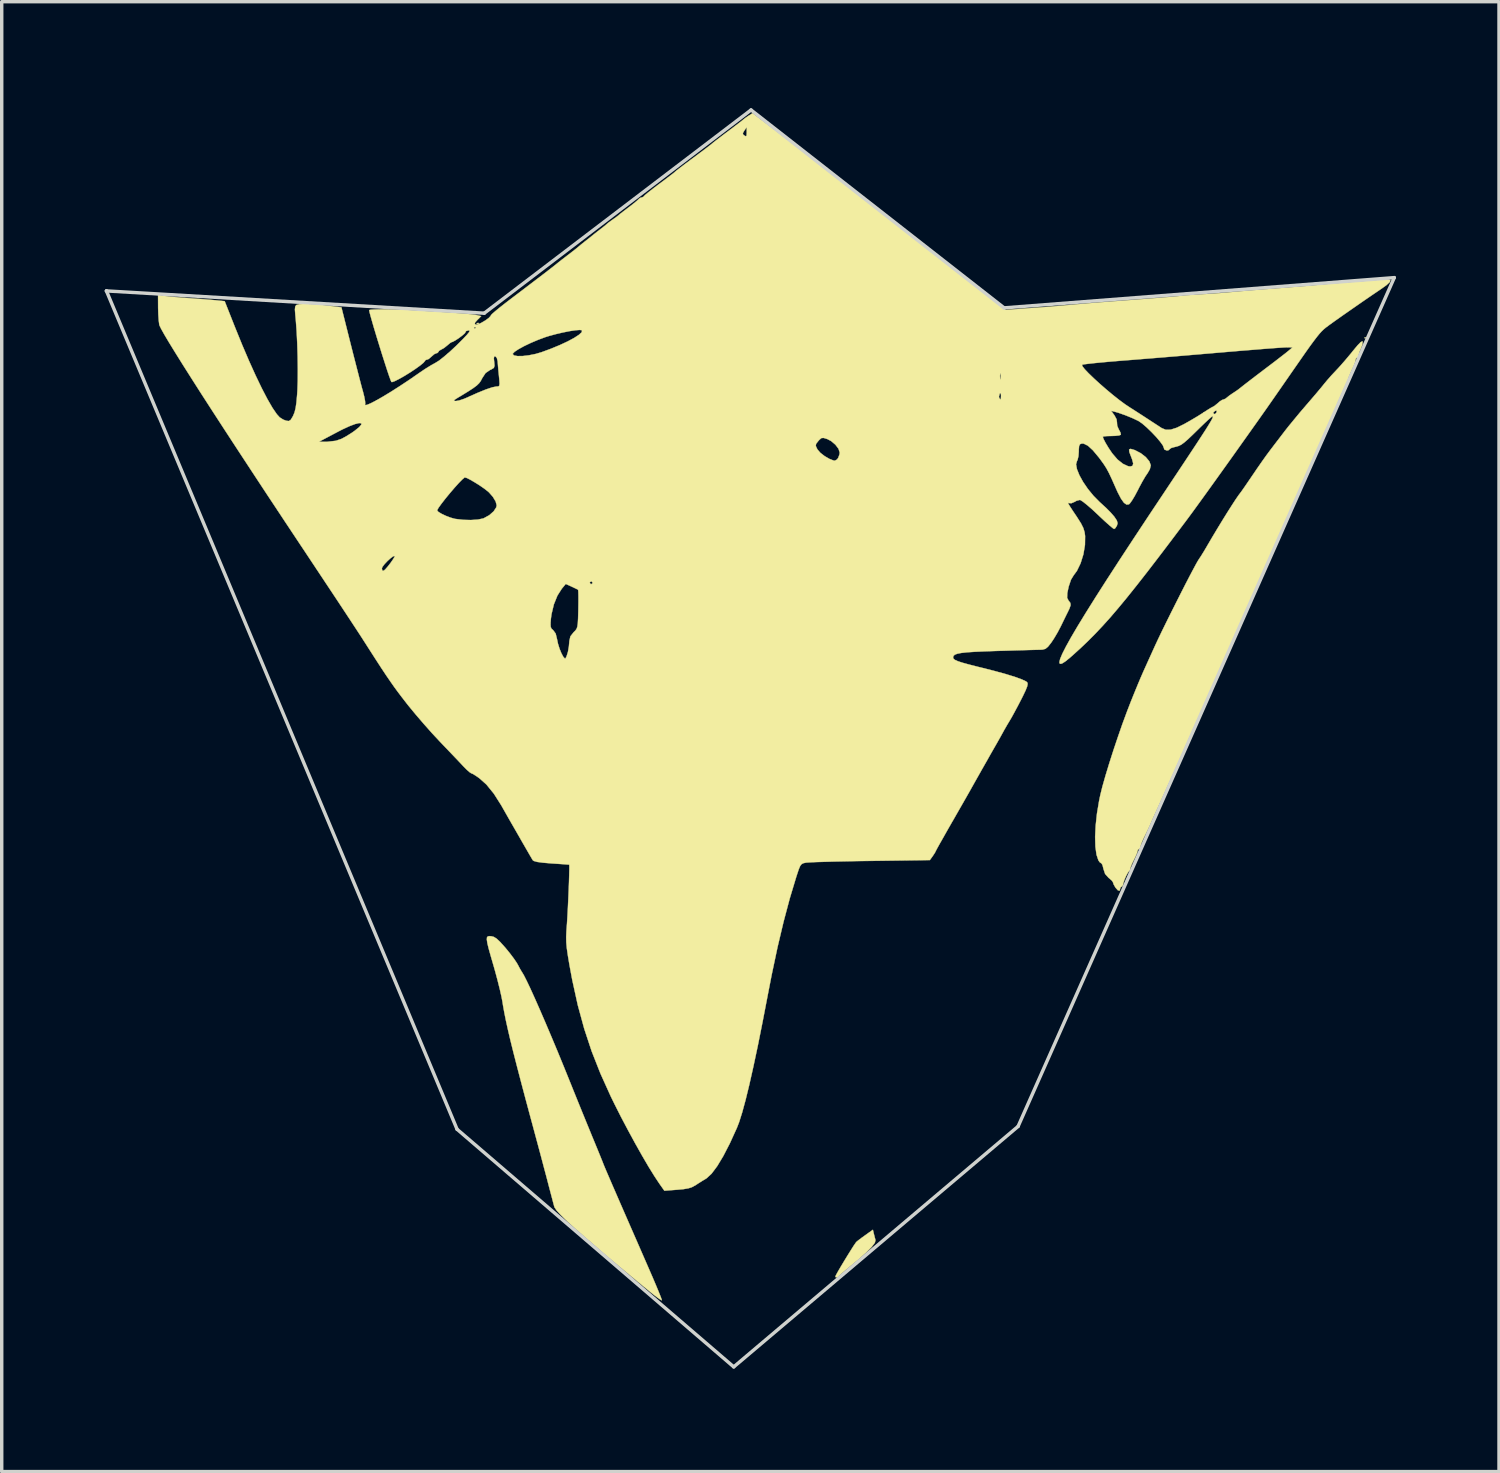
<source format=kicad_pcb>
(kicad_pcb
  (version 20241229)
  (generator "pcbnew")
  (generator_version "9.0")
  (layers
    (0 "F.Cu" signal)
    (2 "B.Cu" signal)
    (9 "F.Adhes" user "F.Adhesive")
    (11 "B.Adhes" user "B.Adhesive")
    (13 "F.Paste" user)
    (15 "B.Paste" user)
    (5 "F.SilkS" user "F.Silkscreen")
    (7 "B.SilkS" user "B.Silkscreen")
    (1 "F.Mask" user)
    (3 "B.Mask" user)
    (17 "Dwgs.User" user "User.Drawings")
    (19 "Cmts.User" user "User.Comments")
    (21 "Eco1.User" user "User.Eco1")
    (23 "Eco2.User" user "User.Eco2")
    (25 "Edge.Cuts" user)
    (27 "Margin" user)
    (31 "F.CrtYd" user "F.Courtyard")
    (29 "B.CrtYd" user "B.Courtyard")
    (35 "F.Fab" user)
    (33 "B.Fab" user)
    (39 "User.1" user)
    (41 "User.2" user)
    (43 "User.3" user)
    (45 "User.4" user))
  (footprint "Goron's_Ruby"
    (layer "F.Cu")
    (at 18.994 18.834)
    (property "Reference" "Goron's_Ruby" (at 0 0 0) (layer "F.SilkS") (effects (font (size 1.27 1.27) (thickness 0.15))))
    (attr through_hole)
    (fp_poly (pts (xy 5.907 -14.11) (xy 6.539 -13.617) (xy 7.154 -13.138) (xy 7.748 -12.674) (xy 8.319 -12.23) (xy 8.862 -11.806) (xy 9.374 -11.407) (xy 9.853 -11.035) (xy 10.293 -10.691) (xy 10.693 -10.38) (xy 11.049 -10.103) (xy 11.357 -9.863) (xy 11.613 -9.664) (xy 11.816 -9.506) (xy 11.96 -9.394) (xy 12.043 -9.33) (xy 12.062 -9.315) (xy 12.165 -9.24) (xy 8.679 -3.001) (xy 8.303 -2.327) (xy 7.937 -1.672) (xy 7.584 -1.042) (xy 7.246 -0.438) (xy 6.926 0.134) (xy 6.625 0.67) (xy 6.345 1.168) (xy 6.09 1.623) (xy 5.86 2.032) (xy 5.658 2.389) (xy 5.487 2.693) (xy 5.348 2.938) (xy 5.244 3.121) (xy 5.176 3.238) (xy 5.148 3.286) (xy 5.147 3.286) (xy 5.115 3.294) (xy 5.031 3.301) (xy 4.893 3.307) (xy 4.697 3.314) (xy 4.443 3.32) (xy 4.126 3.325) (xy 3.745 3.331) (xy 3.296 3.336) (xy 2.778 3.341) (xy 2.187 3.345) (xy 1.522 3.35) (xy 0.779 3.355) (xy -0.044 3.359) (xy -0.762 3.363) (xy -6.625 3.391) (xy -9.842 -2.793) (xy -10.194 -3.469) (xy -10.535 -4.125) (xy -10.863 -4.756) (xy -11.176 -5.36) (xy -11.473 -5.931) (xy -11.75 -6.467) (xy -12.006 -6.962) (xy -12.24 -7.414) (xy -12.449 -7.817) (xy -12.63 -8.169) (xy -12.782 -8.466) (xy -12.903 -8.702) (xy -12.991 -8.875) (xy -13.044 -8.981) (xy -13.06 -9.014) (xy -13.032 -9.04) (xy -12.95 -9.107) (xy -12.811 -9.216) (xy -12.616 -9.367) (xy -12.363 -9.562) (xy -12.053 -9.8) (xy -11.684 -10.082) (xy -11.255 -10.409) (xy -10.767 -10.781) (xy -10.218 -11.198) (xy -9.608 -11.662) (xy -8.937 -12.172) (xy -8.202 -12.729) (xy -7.405 -13.334) (xy -6.544 -13.986) (xy -5.618 -14.688) (xy -4.627 -15.438) (xy -3.57 -16.238) (xy -2.447 -17.088) (xy -1.502 -17.803) (xy -0.146 -18.829) (xy 5.907 -14.11)) (stroke (width 0.01) (type solid)) (fill yes) (layer "F.Mask"))
    (fp_poly (pts (xy 5.907 -14.11) (xy 6.539 -13.617) (xy 7.154 -13.138) (xy 7.748 -12.674) (xy 8.319 -12.23) (xy 8.862 -11.806) (xy 9.374 -11.407) (xy 9.853 -11.035) (xy 10.293 -10.691) (xy 10.693 -10.38) (xy 11.049 -10.103) (xy 11.357 -9.863) (xy 11.613 -9.664) (xy 11.816 -9.506) (xy 11.96 -9.394) (xy 12.043 -9.33) (xy 12.062 -9.315) (xy 12.165 -9.24) (xy 8.679 -3.001) (xy 8.303 -2.327) (xy 7.937 -1.672) (xy 7.584 -1.042) (xy 7.246 -0.438) (xy 6.926 0.134) (xy 6.625 0.67) (xy 6.345 1.168) (xy 6.09 1.623) (xy 5.86 2.032) (xy 5.658 2.389) (xy 5.487 2.693) (xy 5.348 2.938) (xy 5.244 3.121) (xy 5.176 3.238) (xy 5.148 3.286) (xy 5.147 3.286) (xy 5.115 3.294) (xy 5.031 3.301) (xy 4.893 3.307) (xy 4.697 3.314) (xy 4.443 3.32) (xy 4.126 3.325) (xy 3.745 3.331) (xy 3.296 3.336) (xy 2.778 3.341) (xy 2.187 3.345) (xy 1.522 3.35) (xy 0.779 3.355) (xy -0.044 3.359) (xy -0.762 3.363) (xy -6.625 3.391) (xy -9.842 -2.793) (xy -10.194 -3.469) (xy -10.535 -4.125) (xy -10.863 -4.756) (xy -11.176 -5.36) (xy -11.473 -5.931) (xy -11.75 -6.467) (xy -12.006 -6.962) (xy -12.24 -7.414) (xy -12.449 -7.817) (xy -12.63 -8.169) (xy -12.782 -8.466) (xy -12.903 -8.702) (xy -12.991 -8.875) (xy -13.044 -8.981) (xy -13.06 -9.014) (xy -13.032 -9.04) (xy -12.95 -9.107) (xy -12.811 -9.216) (xy -12.616 -9.367) (xy -12.363 -9.562) (xy -12.053 -9.8) (xy -11.684 -10.082) (xy -11.255 -10.409) (xy -10.767 -10.781) (xy -10.218 -11.198) (xy -9.608 -11.662) (xy -8.937 -12.172) (xy -8.202 -12.729) (xy -7.405 -13.334) (xy -6.544 -13.986) (xy -5.618 -14.688) (xy -4.627 -15.438) (xy -3.57 -16.238) (xy -2.447 -17.088) (xy -1.502 -17.803) (xy -0.146 -18.829) (xy 5.907 -14.11)) (stroke (width 0.01) (type solid)) (fill yes) (layer "B.Mask"))
    (fp_poly (pts (xy 17.738 -12.044) (xy 17.716 -12.023) (xy 17.695 -12.044) (xy 17.716 -12.065) (xy 17.738 -12.044)) (stroke (width 0.01) (type solid)) (fill yes) (layer "F.SilkS"))
    (fp_poly (pts (xy -8.1 -12.474) (xy -8.106 -12.449) (xy -8.128 -12.446) (xy -8.163 -12.461) (xy -8.156 -12.474) (xy -8.106 -12.479) (xy -8.1 -12.474)) (stroke (width 0.01) (type solid)) (fill yes) (layer "F.SilkS"))
    (fp_poly (pts (xy 3.406 14.047) (xy 3.435 14.161) (xy 3.455 14.235) (xy 3.436 14.313) (xy 3.344 14.434) (xy 3.18 14.599) (xy 2.945 14.808) (xy 2.731 14.985) (xy 2.588 15.103) (xy 2.472 15.202) (xy 2.397 15.27) (xy 2.378 15.292) (xy 2.337 15.323) (xy 2.293 15.313) (xy 2.286 15.295) (xy 2.307 15.248) (xy 2.363 15.147) (xy 2.445 15.007) (xy 2.542 14.845) (xy 2.644 14.678) (xy 2.741 14.522) (xy 2.823 14.393) (xy 2.881 14.309) (xy 2.898 14.287) (xy 2.954 14.241) (xy 3.056 14.164) (xy 3.161 14.089) (xy 3.379 13.933) (xy 3.406 14.047)) (stroke (width 0.01) (type solid)) (fill yes) (layer "F.SilkS"))
    (fp_poly (pts (xy -7.738 5.384) (xy -7.662 5.403) (xy -7.581 5.453) (xy -7.482 5.546) (xy -7.349 5.693) (xy -7.325 5.72) (xy -7.196 5.878) (xy -7.079 6.033) (xy -6.993 6.16) (xy -6.966 6.207) (xy -6.905 6.322) (xy -6.854 6.41) (xy -6.843 6.426) (xy -6.787 6.519) (xy -6.704 6.683) (xy -6.596 6.91) (xy -6.467 7.194) (xy -6.321 7.525) (xy -6.16 7.897) (xy -5.988 8.302) (xy -5.808 8.732) (xy -5.624 9.18) (xy -5.464 9.575) (xy -5.336 9.893) (xy -5.199 10.232) (xy -5.061 10.571) (xy -4.933 10.884) (xy -4.825 11.147) (xy -4.805 11.197) (xy -4.708 11.431) (xy -4.619 11.648) (xy -4.544 11.832) (xy -4.49 11.966) (xy -4.468 12.023) (xy -4.452 12.063) (xy -4.428 12.12) (xy -4.394 12.201) (xy -4.347 12.31) (xy -4.286 12.452) (xy -4.208 12.633) (xy -4.11 12.858) (xy -3.991 13.132) (xy -3.848 13.46) (xy -3.679 13.847) (xy -3.481 14.299) (xy -3.253 14.822) (xy -3.137 15.088) (xy -3.027 15.341) (xy -2.931 15.568) (xy -2.853 15.756) (xy -2.797 15.896) (xy -2.769 15.975) (xy -2.766 15.989) (xy -2.805 15.972) (xy -2.891 15.913) (xy -3.008 15.824) (xy -3.032 15.805) (xy -3.14 15.717) (xy -3.288 15.595) (xy -3.464 15.451) (xy -3.656 15.292) (xy -3.854 15.128) (xy -4.045 14.969) (xy -4.219 14.824) (xy -4.365 14.702) (xy -4.471 14.612) (xy -4.525 14.565) (xy -4.53 14.561) (xy -4.568 14.527) (xy -4.658 14.448) (xy -4.787 14.336) (xy -4.943 14.203) (xy -4.974 14.176) (xy -5.277 13.912) (xy -5.523 13.688) (xy -5.71 13.505) (xy -5.835 13.368) (xy -5.895 13.278) (xy -5.898 13.269) (xy -5.917 13.2) (xy -5.952 13.066) (xy -6 12.884) (xy -6.056 12.672) (xy -6.076 12.594) (xy -6.128 12.394) (xy -6.199 12.129) (xy -6.281 11.818) (xy -6.372 11.478) (xy -6.467 11.126) (xy -6.56 10.78) (xy -6.562 10.774) (xy -6.726 10.164) (xy -6.868 9.628) (xy -6.99 9.161) (xy -7.094 8.754) (xy -7.181 8.403) (xy -7.252 8.099) (xy -7.31 7.836) (xy -7.356 7.607) (xy -7.392 7.407) (xy -7.408 7.303) (xy -7.438 7.145) (xy -7.487 6.928) (xy -7.55 6.676) (xy -7.621 6.411) (xy -7.666 6.252) (xy -7.75 5.963) (xy -7.811 5.745) (xy -7.849 5.588) (xy -7.865 5.483) (xy -7.861 5.42) (xy -7.836 5.389) (xy -7.792 5.381) (xy -7.738 5.384)) (stroke (width 0.01) (type solid)) (fill yes) (layer "F.SilkS"))
    (fp_poly (pts (xy 17.644 -11.93) (xy 17.635 -11.845) (xy 17.595 -11.736) (xy 17.592 -11.731) (xy 17.546 -11.624) (xy 17.526 -11.54) (xy 17.526 -11.538) (xy 17.504 -11.48) (xy 17.484 -11.472) (xy 17.446 -11.438) (xy 17.441 -11.409) (xy 17.424 -11.337) (xy 17.379 -11.22) (xy 17.335 -11.126) (xy 17.278 -11.001) (xy 17.24 -10.908) (xy 17.23 -10.874) (xy 17.213 -10.824) (xy 17.168 -10.716) (xy 17.102 -10.569) (xy 17.06 -10.477) (xy 16.987 -10.316) (xy 16.93 -10.184) (xy 16.896 -10.099) (xy 16.891 -10.079) (xy 16.874 -10.021) (xy 16.833 -9.927) (xy 16.831 -9.923) (xy 16.749 -9.751) (xy 16.648 -9.53) (xy 16.541 -9.291) (xy 16.443 -9.064) (xy 16.401 -8.965) (xy 16.327 -8.791) (xy 16.253 -8.621) (xy 16.169 -8.433) (xy 16.066 -8.206) (xy 15.975 -8.008) (xy 15.909 -7.862) (xy 15.859 -7.748) (xy 15.834 -7.686) (xy 15.833 -7.681) (xy 15.816 -7.637) (xy 15.772 -7.535) (xy 15.709 -7.395) (xy 15.684 -7.342) (xy 15.617 -7.194) (xy 15.565 -7.078) (xy 15.538 -7.013) (xy 15.536 -7.006) (xy 15.52 -6.964) (xy 15.476 -6.863) (xy 15.413 -6.724) (xy 15.388 -6.67) (xy 15.32 -6.522) (xy 15.269 -6.405) (xy 15.242 -6.339) (xy 15.24 -6.332) (xy 15.224 -6.288) (xy 15.18 -6.186) (xy 15.116 -6.045) (xy 15.088 -5.983) (xy 14.997 -5.785) (xy 14.901 -5.576) (xy 14.819 -5.397) (xy 14.813 -5.384) (xy 14.752 -5.249) (xy 14.708 -5.147) (xy 14.69 -5.1) (xy 14.69 -5.099) (xy 14.673 -5.055) (xy 14.631 -4.955) (xy 14.57 -4.821) (xy 14.568 -4.816) (xy 14.455 -4.567) (xy 14.363 -4.366) (xy 14.282 -4.184) (xy 14.198 -3.994) (xy 14.099 -3.768) (xy 14.043 -3.641) (xy 13.948 -3.424) (xy 13.856 -3.214) (xy 13.777 -3.035) (xy 13.72 -2.908) (xy 13.716 -2.9) (xy 13.644 -2.74) (xy 13.559 -2.553) (xy 13.504 -2.434) (xy 13.428 -2.263) (xy 13.337 -2.059) (xy 13.251 -1.865) (xy 13.25 -1.863) (xy 13.165 -1.669) (xy 13.074 -1.464) (xy 12.997 -1.293) (xy 12.996 -1.291) (xy 12.885 -1.047) (xy 12.799 -0.858) (xy 12.729 -0.702) (xy 12.665 -0.558) (xy 12.596 -0.403) (xy 12.531 -0.254) (xy 12.447 -0.063) (xy 12.375 0.099) (xy 12.305 0.255) (xy 12.226 0.429) (xy 12.128 0.644) (xy 12.065 0.783) (xy 11.985 0.959) (xy 11.901 1.143) (xy 11.853 1.249) (xy 11.783 1.403) (xy 11.699 1.59) (xy 11.632 1.736) (xy 11.558 1.899) (xy 11.489 2.055) (xy 11.443 2.159) (xy 11.383 2.289) (xy 11.308 2.442) (xy 11.277 2.503) (xy 11.219 2.629) (xy 11.182 2.732) (xy 11.176 2.768) (xy 11.155 2.827) (xy 11.134 2.836) (xy 11.095 2.87) (xy 11.091 2.894) (xy 11.072 2.961) (xy 11.024 3.073) (xy 10.986 3.15) (xy 10.925 3.273) (xy 10.887 3.371) (xy 10.88 3.407) (xy 10.86 3.469) (xy 10.848 3.478) (xy 10.809 3.526) (xy 10.757 3.622) (xy 10.707 3.736) (xy 10.674 3.836) (xy 10.668 3.875) (xy 10.645 3.93) (xy 10.626 3.937) (xy 10.588 3.971) (xy 10.583 4) (xy 10.564 4.058) (xy 10.514 4.046) (xy 10.445 3.967) (xy 10.44 3.96) (xy 10.39 3.871) (xy 10.372 3.814) (xy 10.34 3.765) (xy 10.263 3.696) (xy 10.248 3.686) (xy 10.143 3.57) (xy 10.096 3.429) (xy 10.07 3.323) (xy 10.04 3.264) (xy 10.031 3.26) (xy 9.984 3.227) (xy 9.947 3.173) (xy 9.892 3.008) (xy 9.86 2.775) (xy 9.852 2.488) (xy 9.868 2.161) (xy 9.906 1.806) (xy 9.968 1.437) (xy 10.003 1.27) (xy 10.065 1.02) (xy 10.153 0.71) (xy 10.261 0.355) (xy 10.383 -0.027) (xy 10.514 -0.417) (xy 10.647 -0.8) (xy 10.779 -1.157) (xy 10.888 -1.439) (xy 10.977 -1.66) (xy 11.05 -1.838) (xy 11.113 -1.991) (xy 11.173 -2.133) (xy 11.237 -2.281) (xy 11.313 -2.45) (xy 11.406 -2.656) (xy 11.523 -2.914) (xy 11.603 -3.09) (xy 11.688 -3.272) (xy 11.796 -3.498) (xy 11.922 -3.755) (xy 12.06 -4.033) (xy 12.204 -4.32) (xy 12.347 -4.603) (xy 12.484 -4.872) (xy 12.61 -5.115) (xy 12.718 -5.319) (xy 12.802 -5.475) (xy 12.856 -5.568) (xy 12.865 -5.582) (xy 12.934 -5.686) (xy 13.023 -5.83) (xy 13.096 -5.954) (xy 13.24 -6.2) (xy 13.393 -6.456) (xy 13.548 -6.711) (xy 13.697 -6.952) (xy 13.834 -7.167) (xy 13.949 -7.344) (xy 14.035 -7.468) (xy 14.075 -7.521) (xy 14.114 -7.573) (xy 14.189 -7.68) (xy 14.291 -7.829) (xy 14.41 -8.004) (xy 14.436 -8.042) (xy 14.574 -8.245) (xy 14.716 -8.449) (xy 14.845 -8.63) (xy 14.944 -8.763) (xy 15.064 -8.921) (xy 15.208 -9.109) (xy 15.347 -9.291) (xy 15.367 -9.318) (xy 15.485 -9.468) (xy 15.641 -9.658) (xy 15.813 -9.866) (xy 15.984 -10.066) (xy 16.002 -10.087) (xy 16.157 -10.267) (xy 16.303 -10.438) (xy 16.425 -10.584) (xy 16.509 -10.687) (xy 16.523 -10.705) (xy 16.614 -10.814) (xy 16.737 -10.954) (xy 16.866 -11.091) (xy 16.997 -11.233) (xy 17.152 -11.411) (xy 17.306 -11.595) (xy 17.36 -11.663) (xy 17.495 -11.825) (xy 17.585 -11.918) (xy 17.634 -11.943) (xy 17.644 -11.93)) (stroke (width 0.01) (type solid)) (fill yes) (layer "F.SilkS"))
    (fp_poly (pts (xy 0.392 -18.196) (xy 0.629 -18.016) (xy 0.896 -17.813) (xy 1.16 -17.609) (xy 1.389 -17.431) (xy 1.397 -17.425) (xy 1.59 -17.274) (xy 1.777 -17.128) (xy 1.94 -17.001) (xy 2.059 -16.909) (xy 2.079 -16.893) (xy 2.239 -16.771) (xy 2.442 -16.613) (xy 2.679 -16.429) (xy 2.94 -16.227) (xy 3.215 -16.014) (xy 3.492 -15.798) (xy 3.761 -15.589) (xy 4.012 -15.393) (xy 4.235 -15.219) (xy 4.419 -15.075) (xy 4.554 -14.969) (xy 4.614 -14.922) (xy 4.765 -14.803) (xy 4.968 -14.644) (xy 5.208 -14.456) (xy 5.47 -14.252) (xy 5.738 -14.044) (xy 5.998 -13.842) (xy 6.156 -13.719) (xy 6.293 -13.613) (xy 6.471 -13.474) (xy 6.666 -13.32) (xy 6.829 -13.191) (xy 7.25 -12.857) (xy 7.615 -12.885) (xy 7.837 -12.902) (xy 8.077 -12.919) (xy 8.286 -12.934) (xy 8.297 -12.934) (xy 8.484 -12.948) (xy 8.717 -12.968) (xy 8.957 -12.989) (xy 9.059 -12.998) (xy 9.284 -13.019) (xy 9.557 -13.042) (xy 9.842 -13.066) (xy 10.075 -13.084) (xy 10.574 -13.122) (xy 10.996 -13.154) (xy 11.346 -13.181) (xy 11.631 -13.203) (xy 11.859 -13.222) (xy 12.035 -13.236) (xy 12.166 -13.248) (xy 12.259 -13.257) (xy 12.32 -13.264) (xy 12.34 -13.267) (xy 12.433 -13.277) (xy 12.588 -13.289) (xy 12.782 -13.302) (xy 12.954 -13.312) (xy 13.204 -13.327) (xy 13.475 -13.346) (xy 13.726 -13.367) (xy 13.843 -13.378) (xy 14.015 -13.394) (xy 14.249 -13.414) (xy 14.525 -13.437) (xy 14.822 -13.461) (xy 15.113 -13.483) (xy 15.41 -13.506) (xy 15.71 -13.53) (xy 15.991 -13.553) (xy 16.231 -13.574) (xy 16.404 -13.591) (xy 16.612 -13.61) (xy 16.873 -13.633) (xy 17.154 -13.657) (xy 17.422 -13.678) (xy 17.441 -13.679) (xy 17.68 -13.697) (xy 17.906 -13.715) (xy 18.098 -13.731) (xy 18.233 -13.743) (xy 18.256 -13.746) (xy 18.391 -13.75) (xy 18.45 -13.724) (xy 18.433 -13.669) (xy 18.34 -13.581) (xy 18.192 -13.475) (xy 17.929 -13.297) (xy 17.639 -13.098) (xy 17.344 -12.893) (xy 17.064 -12.698) (xy 16.822 -12.527) (xy 16.712 -12.448) (xy 16.638 -12.394) (xy 16.574 -12.346) (xy 16.515 -12.297) (xy 16.455 -12.24) (xy 16.39 -12.169) (xy 16.315 -12.077) (xy 16.224 -11.958) (xy 16.112 -11.806) (xy 15.975 -11.613) (xy 15.808 -11.373) (xy 15.604 -11.08) (xy 15.36 -10.728) (xy 15.222 -10.529) (xy 15.046 -10.276) (xy 14.838 -9.978) (xy 14.604 -9.646) (xy 14.352 -9.291) (xy 14.089 -8.921) (xy 13.823 -8.547) (xy 13.56 -8.179) (xy 13.308 -7.827) (xy 13.073 -7.5) (xy 12.863 -7.21) (xy 12.686 -6.966) (xy 12.547 -6.778) (xy 12.512 -6.731) (xy 12.087 -6.166) (xy 11.706 -5.664) (xy 11.364 -5.219) (xy 11.056 -4.826) (xy 10.777 -4.477) (xy 10.522 -4.169) (xy 10.286 -3.893) (xy 10.063 -3.646) (xy 9.85 -3.42) (xy 9.64 -3.209) (xy 9.43 -3.009) (xy 9.213 -2.812) (xy 9.113 -2.724) (xy 8.979 -2.616) (xy 8.884 -2.557) (xy 8.827 -2.549) (xy 8.81 -2.594) (xy 8.833 -2.692) (xy 8.897 -2.845) (xy 9.003 -3.054) (xy 9.151 -3.321) (xy 9.343 -3.647) (xy 9.579 -4.033) (xy 9.859 -4.48) (xy 10.185 -4.99) (xy 10.557 -5.564) (xy 10.976 -6.203) (xy 11.443 -6.909) (xy 11.874 -7.556) (xy 12.172 -8.004) (xy 12.427 -8.387) (xy 12.64 -8.709) (xy 12.817 -8.977) (xy 12.959 -9.195) (xy 13.071 -9.368) (xy 13.155 -9.503) (xy 13.215 -9.603) (xy 13.255 -9.674) (xy 13.276 -9.721) (xy 13.283 -9.749) (xy 13.279 -9.764) (xy 13.278 -9.765) (xy 13.244 -9.744) (xy 13.162 -9.673) (xy 13.044 -9.563) (xy 12.902 -9.426) (xy 12.886 -9.41) (xy 12.695 -9.223) (xy 12.552 -9.087) (xy 12.444 -8.994) (xy 12.36 -8.933) (xy 12.286 -8.897) (xy 12.213 -8.875) (xy 12.173 -8.866) (xy 12.075 -8.839) (xy 12.024 -8.806) (xy 12.023 -8.801) (xy 11.987 -8.77) (xy 11.938 -8.763) (xy 11.867 -8.793) (xy 11.853 -8.841) (xy 11.824 -8.913) (xy 11.744 -9.023) (xy 11.63 -9.158) (xy 11.495 -9.3) (xy 11.355 -9.435) (xy 11.224 -9.548) (xy 11.117 -9.622) (xy 11.113 -9.624) (xy 10.94 -9.706) (xy 10.734 -9.79) (xy 10.535 -9.86) (xy 10.419 -9.894) (xy 10.318 -9.918) (xy 10.414 -9.788) (xy 10.476 -9.673) (xy 10.489 -9.577) (xy 10.488 -9.574) (xy 10.495 -9.482) (xy 10.542 -9.375) (xy 10.544 -9.373) (xy 10.591 -9.283) (xy 10.601 -9.224) (xy 10.6 -9.221) (xy 10.549 -9.202) (xy 10.44 -9.19) (xy 10.327 -9.186) (xy 10.194 -9.183) (xy 10.102 -9.174) (xy 10.075 -9.163) (xy 10.098 -9.096) (xy 10.157 -8.982) (xy 10.241 -8.842) (xy 10.337 -8.699) (xy 10.358 -8.67) (xy 10.504 -8.501) (xy 10.661 -8.376) (xy 10.809 -8.307) (xy 10.874 -8.297) (xy 10.942 -8.317) (xy 10.961 -8.384) (xy 10.929 -8.506) (xy 10.901 -8.579) (xy 10.848 -8.719) (xy 10.841 -8.793) (xy 10.884 -8.811) (xy 10.983 -8.783) (xy 11.013 -8.772) (xy 11.182 -8.684) (xy 11.327 -8.571) (xy 11.43 -8.448) (xy 11.472 -8.335) (xy 11.472 -8.327) (xy 11.446 -8.22) (xy 11.382 -8.107) (xy 11.376 -8.099) (xy 11.315 -8.009) (xy 11.231 -7.866) (xy 11.139 -7.695) (xy 11.095 -7.608) (xy 11.008 -7.444) (xy 10.926 -7.308) (xy 10.862 -7.219) (xy 10.837 -7.196) (xy 10.767 -7.188) (xy 10.691 -7.241) (xy 10.606 -7.361) (xy 10.506 -7.553) (xy 10.438 -7.705) (xy 10.337 -7.933) (xy 10.256 -8.105) (xy 10.182 -8.243) (xy 10.102 -8.368) (xy 10.005 -8.502) (xy 9.962 -8.559) (xy 9.787 -8.769) (xy 9.641 -8.903) (xy 9.52 -8.963) (xy 9.464 -8.966) (xy 9.412 -8.947) (xy 9.385 -8.894) (xy 9.376 -8.785) (xy 9.376 -8.737) (xy 9.366 -8.599) (xy 9.341 -8.492) (xy 9.324 -8.458) (xy 9.296 -8.362) (xy 9.322 -8.22) (xy 9.393 -8.044) (xy 9.502 -7.847) (xy 9.642 -7.642) (xy 9.806 -7.442) (xy 9.987 -7.259) (xy 10.028 -7.222) (xy 10.171 -7.091) (xy 10.305 -6.956) (xy 10.403 -6.844) (xy 10.412 -6.833) (xy 10.484 -6.724) (xy 10.506 -6.647) (xy 10.487 -6.575) (xy 10.44 -6.501) (xy 10.404 -6.477) (xy 10.362 -6.505) (xy 10.27 -6.582) (xy 10.142 -6.696) (xy 9.989 -6.839) (xy 9.925 -6.9) (xy 9.762 -7.052) (xy 9.615 -7.179) (xy 9.498 -7.272) (xy 9.422 -7.32) (xy 9.407 -7.324) (xy 9.311 -7.299) (xy 9.249 -7.265) (xy 9.162 -7.228) (xy 9.107 -7.23) (xy 9.078 -7.239) (xy 9.067 -7.232) (xy 9.08 -7.198) (xy 9.123 -7.127) (xy 9.201 -7.007) (xy 9.321 -6.829) (xy 9.329 -6.816) (xy 9.44 -6.641) (xy 9.508 -6.505) (xy 9.545 -6.382) (xy 9.56 -6.272) (xy 9.556 -6.013) (xy 9.51 -5.74) (xy 9.429 -5.479) (xy 9.321 -5.256) (xy 9.229 -5.132) (xy 9.149 -5.001) (xy 9.081 -4.799) (xy 9.041 -4.608) (xy 9.036 -4.473) (xy 9.079 -4.389) (xy 9.129 -4.326) (xy 9.138 -4.259) (xy 9.105 -4.162) (xy 9.064 -4.076) (xy 9.003 -3.953) (xy 8.924 -3.791) (xy 8.851 -3.641) (xy 8.758 -3.464) (xy 8.651 -3.284) (xy 8.571 -3.164) (xy 8.479 -3.048) (xy 8.405 -2.987) (xy 8.322 -2.964) (xy 8.265 -2.961) (xy 8.18 -2.959) (xy 8.024 -2.955) (xy 7.81 -2.949) (xy 7.551 -2.942) (xy 7.261 -2.933) (xy 7.006 -2.926) (xy 6.636 -2.913) (xy 6.342 -2.9) (xy 6.115 -2.885) (xy 5.949 -2.866) (xy 5.834 -2.843) (xy 5.762 -2.814) (xy 5.725 -2.778) (xy 5.715 -2.734) (xy 5.727 -2.699) (xy 5.768 -2.665) (xy 5.848 -2.628) (xy 5.978 -2.585) (xy 6.166 -2.533) (xy 6.424 -2.467) (xy 6.562 -2.433) (xy 6.938 -2.337) (xy 7.261 -2.248) (xy 7.522 -2.167) (xy 7.717 -2.096) (xy 7.839 -2.038) (xy 7.874 -2.011) (xy 7.887 -1.968) (xy 7.873 -1.893) (xy 7.826 -1.774) (xy 7.742 -1.599) (xy 7.7 -1.516) (xy 7.6 -1.323) (xy 7.502 -1.14) (xy 7.42 -0.991) (xy 7.375 -0.914) (xy 7.285 -0.764) (xy 7.194 -0.605) (xy 7.178 -0.575) (xy 7.093 -0.421) (xy 7.003 -0.261) (xy 6.987 -0.233) (xy 6.913 -0.104) (xy 6.811 0.074) (xy 6.693 0.284) (xy 6.567 0.505) (xy 6.447 0.718) (xy 6.342 0.904) (xy 6.264 1.043) (xy 6.244 1.079) (xy 6.195 1.166) (xy 6.112 1.312) (xy 6.002 1.505) (xy 5.872 1.732) (xy 5.732 1.977) (xy 5.678 2.07) (xy 5.542 2.308) (xy 5.422 2.521) (xy 5.322 2.697) (xy 5.25 2.827) (xy 5.212 2.899) (xy 5.207 2.911) (xy 5.185 2.954) (xy 5.131 3.036) (xy 5.123 3.048) (xy 5.038 3.166) (xy 3.313 3.19) (xy 2.932 3.195) (xy 2.573 3.202) (xy 2.245 3.209) (xy 1.959 3.217) (xy 1.723 3.224) (xy 1.549 3.232) (xy 1.446 3.239) (xy 1.429 3.241) (xy 1.356 3.256) (xy 1.304 3.283) (xy 1.262 3.336) (xy 1.221 3.432) (xy 1.169 3.588) (xy 1.146 3.659) (xy 0.958 4.283) (xy 0.778 4.96) (xy 0.603 5.697) (xy 0.432 6.505) (xy 0.318 7.091) (xy 0.168 7.87) (xy 0.029 8.566) (xy -0.101 9.178) (xy -0.22 9.707) (xy -0.329 10.153) (xy -0.428 10.517) (xy -0.517 10.799) (xy -0.581 10.964) (xy -0.786 11.414) (xy -0.979 11.788) (xy -1.157 12.083) (xy -1.319 12.299) (xy -1.466 12.435) (xy -1.499 12.455) (xy -1.594 12.512) (xy -1.719 12.591) (xy -1.768 12.624) (xy -1.873 12.684) (xy -1.986 12.724) (xy -2.134 12.75) (xy -2.317 12.767) (xy -2.694 12.796) (xy -2.84 12.589) (xy -2.982 12.375) (xy -3.153 12.099) (xy -3.343 11.774) (xy -3.545 11.415) (xy -3.751 11.036) (xy -3.954 10.652) (xy -4.144 10.276) (xy -4.257 10.045) (xy -4.556 9.383) (xy -4.812 8.733) (xy -5.029 8.076) (xy -5.216 7.39) (xy -5.378 6.653) (xy -5.458 6.223) (xy -5.504 5.949) (xy -5.535 5.736) (xy -5.551 5.562) (xy -5.554 5.406) (xy -5.547 5.244) (xy -5.543 5.186) (xy -5.53 5.01) (xy -5.517 4.795) (xy -5.504 4.553) (xy -5.492 4.298) (xy -5.481 4.046) (xy -5.472 3.809) (xy -5.466 3.602) (xy -5.462 3.439) (xy -5.462 3.333) (xy -5.466 3.299) (xy -5.512 3.296) (xy -5.626 3.287) (xy -5.789 3.276) (xy -5.985 3.263) (xy -6.232 3.242) (xy -6.401 3.219) (xy -6.498 3.191) (xy -6.526 3.17) (xy -6.558 3.117) (xy -6.625 3.003) (xy -6.718 2.841) (xy -6.832 2.644) (xy -6.957 2.425) (xy -7.088 2.197) (xy -7.217 1.973) (xy -7.335 1.765) (xy -7.436 1.587) (xy -7.449 1.564) (xy -7.661 1.231) (xy -7.878 0.964) (xy -8.086 0.779) (xy -8.198 0.702) (xy -8.286 0.65) (xy -8.319 0.638) (xy -8.367 0.607) (xy -8.453 0.531) (xy -8.549 0.434) (xy -8.642 0.334) (xy -8.78 0.189) (xy -8.947 0.014) (xy -9.129 -0.176) (xy -9.247 -0.3) (xy -9.463 -0.532) (xy -9.7 -0.799) (xy -9.936 -1.074) (xy -10.144 -1.326) (xy -10.198 -1.394) (xy -10.327 -1.561) (xy -10.445 -1.716) (xy -10.559 -1.871) (xy -10.675 -2.037) (xy -10.802 -2.222) (xy -10.946 -2.44) (xy -11.114 -2.699) (xy -11.315 -3.012) (xy -11.496 -3.295) (xy -11.564 -3.4) (xy -11.674 -3.568) (xy -11.769 -3.713) (xy -6.01 -3.713) (xy -6.004 -3.623) (xy -5.978 -3.568) (xy -5.935 -3.532) (xy -5.86 -3.431) (xy -5.821 -3.27) (xy -5.792 -3.133) (xy -5.747 -2.989) (xy -5.693 -2.857) (xy -5.639 -2.756) (xy -5.593 -2.706) (xy -5.574 -2.708) (xy -5.543 -2.768) (xy -5.509 -2.875) (xy -5.501 -2.905) (xy -5.475 -3.055) (xy -5.462 -3.2) (xy -5.462 -3.211) (xy -5.431 -3.35) (xy -5.337 -3.469) (xy -5.287 -3.518) (xy -5.252 -3.567) (xy -5.229 -3.631) (xy -5.215 -3.727) (xy -5.207 -3.871) (xy -5.201 -4.079) (xy -5.2 -4.139) (xy -5.197 -4.346) (xy -5.197 -4.52) (xy -5.2 -4.645) (xy -5.206 -4.705) (xy -5.208 -4.708) (xy -5.256 -4.733) (xy -5.352 -4.779) (xy -5.397 -4.8) (xy -5.566 -4.877) (xy -5.683 -4.736) (xy -5.81 -4.536) (xy -5.913 -4.28) (xy -5.981 -3.996) (xy -5.999 -3.864) (xy -6.01 -3.713) (xy -11.769 -3.713) (xy -11.821 -3.792) (xy -12.001 -4.065) (xy -12.208 -4.379) (xy -12.439 -4.727) (xy -12.561 -4.911) (xy -4.868 -4.911) (xy -4.836 -4.87) (xy -4.826 -4.868) (xy -4.785 -4.901) (xy -4.784 -4.911) (xy -4.816 -4.952) (xy -4.826 -4.953) (xy -4.867 -4.921) (xy -4.868 -4.911) (xy -12.561 -4.911) (xy -12.688 -5.102) (xy -12.839 -5.33) (xy -10.922 -5.33) (xy -10.908 -5.259) (xy -10.864 -5.265) (xy -10.822 -5.302) (xy -10.748 -5.387) (xy -10.668 -5.49) (xy -10.598 -5.591) (xy -10.553 -5.666) (xy -10.546 -5.692) (xy -10.59 -5.683) (xy -10.667 -5.627) (xy -10.759 -5.544) (xy -10.845 -5.453) (xy -10.905 -5.373) (xy -10.922 -5.33) (xy -12.839 -5.33) (xy -12.95 -5.497) (xy -13.22 -5.904) (xy -13.273 -5.983) (xy -13.769 -6.73) (xy -13.959 -7.018) (xy -9.312 -7.018) (xy -9.277 -6.976) (xy -9.184 -6.92) (xy -9.058 -6.86) (xy -8.921 -6.808) (xy -8.797 -6.773) (xy -8.784 -6.771) (xy -8.56 -6.744) (xy -8.331 -6.738) (xy -8.126 -6.751) (xy -7.972 -6.784) (xy -7.953 -6.791) (xy -7.792 -6.88) (xy -7.665 -6.992) (xy -7.59 -7.108) (xy -7.578 -7.168) (xy -7.608 -7.279) (xy -7.689 -7.414) (xy -7.801 -7.542) (xy -7.831 -7.569) (xy -7.94 -7.654) (xy -8.076 -7.748) (xy -8.22 -7.838) (xy -8.353 -7.915) (xy -8.456 -7.966) (xy -8.51 -7.979) (xy -8.511 -7.979) (xy -8.58 -7.92) (xy -8.683 -7.815) (xy -8.806 -7.678) (xy -8.939 -7.523) (xy -9.068 -7.366) (xy -9.181 -7.221) (xy -9.266 -7.104) (xy -9.309 -7.03) (xy -9.312 -7.018) (xy -13.959 -7.018) (xy -14.241 -7.443) (xy -14.687 -8.121) (xy -15.106 -8.76) (xy -15.197 -8.899) (xy 1.715 -8.899) (xy 1.751 -8.819) (xy 1.767 -8.791) (xy 1.847 -8.698) (xy 1.971 -8.601) (xy 2.11 -8.52) (xy 2.232 -8.472) (xy 2.272 -8.467) (xy 2.333 -8.5) (xy 2.369 -8.549) (xy 2.406 -8.649) (xy 2.413 -8.703) (xy 2.378 -8.813) (xy 2.288 -8.932) (xy 2.165 -9.037) (xy 2.051 -9.097) (xy 1.944 -9.13) (xy 1.879 -9.125) (xy 1.818 -9.072) (xy 1.79 -9.04) (xy 1.726 -8.959) (xy 1.715 -8.899) (xy -15.197 -8.899) (xy -15.274 -9.017) (xy -12.755 -9.017) (xy -12.515 -9.017) (xy -12.262 -9.046) (xy -12.096 -9.103) (xy -11.956 -9.179) (xy -11.796 -9.28) (xy -11.716 -9.336) (xy -11.582 -9.444) (xy -11.52 -9.518) (xy -11.523 -9.557) (xy -11.586 -9.562) (xy -11.702 -9.534) (xy -11.866 -9.472) (xy -12.072 -9.377) (xy -12.192 -9.315) (xy -12.319 -9.248) (xy -12.474 -9.166) (xy -12.548 -9.127) (xy -12.755 -9.017) (xy -15.274 -9.017) (xy -15.496 -9.357) (xy -15.855 -9.91) (xy -16.181 -10.415) (xy -16.472 -10.871) (xy -16.728 -11.275) (xy -16.945 -11.623) (xy -17.123 -11.913) (xy -17.259 -12.142) (xy -17.351 -12.307) (xy -17.399 -12.406) (xy -17.405 -12.425) (xy -17.421 -12.549) (xy -17.433 -12.724) (xy -17.439 -12.915) (xy -17.439 -12.949) (xy -17.441 -13.303) (xy -17.304 -13.273) (xy -17.209 -13.259) (xy -17.052 -13.242) (xy -16.852 -13.224) (xy -16.632 -13.207) (xy -16.616 -13.206) (xy -16.377 -13.189) (xy -16.138 -13.171) (xy -15.929 -13.154) (xy -15.783 -13.141) (xy -15.5 -13.112) (xy -15.2 -12.354) (xy -14.993 -11.845) (xy -14.792 -11.375) (xy -14.6 -10.95) (xy -14.42 -10.576) (xy -14.255 -10.259) (xy -14.108 -10.005) (xy -13.982 -9.821) (xy -13.898 -9.728) (xy -13.797 -9.664) (xy -13.708 -9.63) (xy -13.634 -9.621) (xy -13.58 -9.652) (xy -13.525 -9.74) (xy -13.506 -9.776) (xy -13.465 -9.875) (xy -13.434 -9.999) (xy -13.41 -10.165) (xy -13.39 -10.391) (xy -13.382 -10.511) (xy -13.372 -10.791) (xy -13.37 -11.13) (xy -13.375 -11.502) (xy -13.387 -11.883) (xy -13.405 -12.247) (xy -13.429 -12.568) (xy -13.443 -12.716) (xy -13.455 -12.87) (xy -13.445 -12.959) (xy -13.414 -13.001) (xy -13.323 -13.025) (xy -13.159 -13.033) (xy -12.933 -13.025) (xy -12.654 -13.001) (xy -12.495 -12.982) (xy -12.1 -12.933) (xy -11.834 -11.874) (xy -11.756 -11.566) (xy -11.679 -11.266) (xy -11.608 -10.99) (xy -11.547 -10.753) (xy -11.499 -10.572) (xy -11.475 -10.488) (xy -11.435 -10.329) (xy -11.411 -10.201) (xy -11.406 -10.126) (xy -11.409 -10.117) (xy -11.411 -10.084) (xy -11.35 -10.094) (xy -11.236 -10.143) (xy -11.097 -10.215) (xy -8.826 -10.215) (xy -8.795 -10.205) (xy -8.763 -10.204) (xy -8.668 -10.221) (xy -8.531 -10.267) (xy -8.424 -10.312) (xy -8.376 -10.334) (xy 7.051 -10.334) (xy 7.057 -10.301) (xy 7.088 -10.248) (xy 7.107 -10.277) (xy 7.111 -10.361) (xy 7.104 -10.434) (xy 7.081 -10.429) (xy 7.073 -10.418) (xy 7.051 -10.334) (xy -8.376 -10.334) (xy -8.135 -10.442) (xy -7.894 -10.54) (xy -7.71 -10.602) (xy -7.592 -10.626) (xy -7.585 -10.626) (xy -7.532 -10.629) (xy -7.503 -10.65) (xy -7.494 -10.707) (xy -7.501 -10.819) (xy -7.511 -10.922) (xy 7.079 -10.922) (xy 7.084 -10.845) (xy 7.095 -10.836) (xy 7.099 -10.848) (xy 7.105 -10.955) (xy 7.099 -10.996) (xy 7.087 -11.009) (xy 7.08 -10.951) (xy 7.079 -10.922) (xy -7.511 -10.922) (xy -7.512 -10.933) (xy -7.529 -11.104) (xy -7.542 -11.259) (xy -7.542 -11.261) (xy 9.47 -11.261) (xy 9.481 -11.218) (xy 9.548 -11.132) (xy 9.661 -11.013) (xy 9.81 -10.869) (xy 9.984 -10.71) (xy 10.173 -10.545) (xy 10.367 -10.383) (xy 10.555 -10.234) (xy 10.727 -10.107) (xy 10.872 -10.011) (xy 10.933 -9.973) (xy 11.046 -9.9) (xy 11.195 -9.804) (xy 11.361 -9.696) (xy 11.525 -9.589) (xy 11.671 -9.494) (xy 11.78 -9.423) (xy 11.79 -9.416) (xy 11.909 -9.367) (xy 12.052 -9.37) (xy 12.231 -9.427) (xy 12.442 -9.531) (xy 12.631 -9.638) (xy 12.83 -9.756) (xy 12.993 -9.859) (xy 13.293 -9.859) (xy 13.316 -9.822) (xy 13.362 -9.839) (xy 13.392 -9.883) (xy 13.39 -9.926) (xy 13.354 -9.92) (xy 13.299 -9.879) (xy 13.293 -9.859) (xy 12.993 -9.859) (xy 12.997 -9.861) (xy 13.01 -9.87) (xy 13.135 -9.951) (xy 13.23 -10.009) (xy 13.276 -10.033) (xy 13.276 -10.033) (xy 13.325 -10.06) (xy 13.426 -10.142) (xy 13.482 -10.192) (xy 13.553 -10.237) (xy 13.583 -10.245) (xy 13.647 -10.271) (xy 13.681 -10.298) (xy 13.755 -10.358) (xy 13.857 -10.429) (xy 13.863 -10.432) (xy 13.961 -10.497) (xy 14.029 -10.545) (xy 14.032 -10.548) (xy 14.202 -10.682) (xy 14.437 -10.863) (xy 14.731 -11.087) (xy 14.904 -11.218) (xy 15.087 -11.357) (xy 15.254 -11.486) (xy 15.39 -11.591) (xy 15.478 -11.662) (xy 15.49 -11.672) (xy 15.6 -11.766) (xy 15.452 -11.768) (xy 15.379 -11.766) (xy 15.251 -11.758) (xy 15.063 -11.745) (xy 14.812 -11.726) (xy 14.494 -11.7) (xy 14.106 -11.669) (xy 13.644 -11.63) (xy 13.105 -11.584) (xy 12.552 -11.537) (xy 12.304 -11.516) (xy 11.993 -11.49) (xy 11.641 -11.461) (xy 11.27 -11.431) (xy 10.902 -11.401) (xy 10.668 -11.383) (xy 10.362 -11.358) (xy 10.084 -11.333) (xy 9.845 -11.31) (xy 9.655 -11.289) (xy 9.527 -11.273) (xy 9.471 -11.261) (xy 9.47 -11.261) (xy -7.542 -11.261) (xy -7.55 -11.363) (xy -7.573 -11.458) (xy -7.616 -11.506) (xy -7.651 -11.502) (xy -7.661 -11.444) (xy -7.651 -11.347) (xy -7.641 -11.233) (xy -7.66 -11.17) (xy -7.727 -11.128) (xy -7.772 -11.108) (xy -7.902 -11.019) (xy -8.002 -10.867) (xy -8.002 -10.865) (xy -8.042 -10.789) (xy -8.09 -10.723) (xy -8.159 -10.656) (xy -8.261 -10.58) (xy -8.407 -10.485) (xy -8.61 -10.36) (xy -8.7 -10.307) (xy -8.797 -10.246) (xy -8.826 -10.215) (xy -11.097 -10.215) (xy -11.076 -10.226) (xy -10.878 -10.34) (xy -10.649 -10.479) (xy -10.399 -10.639) (xy -10.133 -10.815) (xy -9.861 -11.003) (xy -9.821 -11.031) (xy -9.659 -11.14) (xy -9.494 -11.242) (xy -9.361 -11.316) (xy -9.356 -11.319) (xy -9.254 -11.383) (xy -9.112 -11.495) (xy -9.021 -11.573) (xy -7.112 -11.573) (xy -7.074 -11.532) (xy -6.971 -11.513) (xy -6.821 -11.514) (xy -6.64 -11.536) (xy -6.445 -11.575) (xy -6.272 -11.626) (xy -5.995 -11.728) (xy -5.737 -11.835) (xy -5.509 -11.941) (xy -5.32 -12.043) (xy -5.182 -12.133) (xy -5.102 -12.207) (xy -5.092 -12.259) (xy -5.095 -12.264) (xy -5.155 -12.275) (xy -5.278 -12.266) (xy -5.447 -12.241) (xy -5.644 -12.202) (xy -5.85 -12.154) (xy -6.049 -12.1) (xy -6.155 -12.067) (xy -6.371 -11.987) (xy -6.584 -11.897) (xy -6.779 -11.804) (xy -6.941 -11.715) (xy -7.056 -11.639) (xy -7.11 -11.582) (xy -7.112 -11.573) (xy -9.021 -11.573) (xy -8.944 -11.639) (xy -8.769 -11.802) (xy -8.731 -11.839) (xy -8.561 -12.009) (xy -8.447 -12.129) (xy -8.384 -12.206) (xy -8.366 -12.248) (xy -8.386 -12.262) (xy -8.397 -12.262) (xy -8.469 -12.242) (xy -8.484 -12.213) (xy -8.509 -12.174) (xy -8.584 -12.109) (xy -8.684 -12.034) (xy -8.785 -11.968) (xy -8.864 -11.926) (xy -8.89 -11.92) (xy -8.932 -11.895) (xy -9.007 -11.833) (xy -9.017 -11.824) (xy -9.112 -11.748) (xy -9.195 -11.702) (xy -9.197 -11.702) (xy -9.26 -11.664) (xy -9.271 -11.639) (xy -9.305 -11.603) (xy -9.327 -11.599) (xy -9.393 -11.571) (xy -9.475 -11.501) (xy -9.481 -11.495) (xy -9.556 -11.43) (xy -9.608 -11.408) (xy -9.611 -11.41) (xy -9.652 -11.396) (xy -9.665 -11.373) (xy -9.712 -11.317) (xy -9.811 -11.236) (xy -9.947 -11.138) (xy -10.104 -11.034) (xy -10.266 -10.934) (xy -10.418 -10.848) (xy -10.542 -10.785) (xy -10.623 -10.756) (xy -10.644 -10.759) (xy -10.667 -10.812) (xy -10.71 -10.93) (xy -10.768 -11.102) (xy -10.836 -11.313) (xy -10.912 -11.55) (xy -10.99 -11.801) (xy -11.067 -12.051) (xy -11.139 -12.29) (xy -11.156 -12.347) (xy -8.241 -12.347) (xy -8.235 -12.322) (xy -8.213 -12.319) (xy -8.178 -12.334) (xy -8.184 -12.347) (xy -8.235 -12.352) (xy -8.241 -12.347) (xy -11.156 -12.347) (xy -11.201 -12.502) (xy -11.25 -12.675) (xy -11.282 -12.795) (xy -11.292 -12.851) (xy -11.292 -12.853) (xy -11.239 -12.864) (xy -11.118 -12.871) (xy -10.944 -12.874) (xy -10.733 -12.874) (xy -10.503 -12.869) (xy -10.267 -12.861) (xy -10.118 -12.853) (xy -9.64 -12.824) (xy -9.241 -12.8) (xy -8.914 -12.778) (xy -8.654 -12.759) (xy -8.453 -12.743) (xy -8.307 -12.728) (xy -8.209 -12.715) (xy -8.173 -12.709) (xy -8.028 -12.677) (xy -8.14 -12.565) (xy -8.208 -12.489) (xy -8.215 -12.447) (xy -8.186 -12.429) (xy -8.121 -12.438) (xy -8.019 -12.485) (xy -7.906 -12.552) (xy -7.808 -12.624) (xy -7.752 -12.684) (xy -7.747 -12.7) (xy -7.715 -12.737) (xy -7.626 -12.815) (xy -7.492 -12.925) (xy -7.323 -13.058) (xy -7.186 -13.163) (xy -6.806 -13.451) (xy -6.486 -13.695) (xy -6.226 -13.893) (xy -6.029 -14.045) (xy -5.897 -14.148) (xy -5.83 -14.202) (xy -5.827 -14.204) (xy -5.772 -14.249) (xy -5.669 -14.33) (xy -5.538 -14.43) (xy -5.503 -14.457) (xy -5.369 -14.56) (xy -5.258 -14.647) (xy -5.191 -14.702) (xy -5.183 -14.71) (xy -5.121 -14.762) (xy -5.025 -14.839) (xy -4.999 -14.859) (xy -4.899 -14.937) (xy -4.823 -14.998) (xy -4.812 -15.008) (xy -4.752 -15.056) (xy -4.651 -15.136) (xy -4.572 -15.197) (xy -4.464 -15.281) (xy -4.386 -15.345) (xy -4.36 -15.368) (xy -4.315 -15.405) (xy -4.227 -15.469) (xy -4.191 -15.494) (xy -4.094 -15.563) (xy -4.031 -15.612) (xy -4.022 -15.621) (xy -3.98 -15.656) (xy -3.888 -15.728) (xy -3.763 -15.823) (xy -3.725 -15.852) (xy -3.596 -15.952) (xy -3.495 -16.035) (xy -3.441 -16.086) (xy -3.436 -16.093) (xy -3.387 -16.126) (xy -3.365 -16.129) (xy -3.304 -16.152) (xy -3.295 -16.165) (xy -3.257 -16.203) (xy -3.165 -16.28) (xy -3.03 -16.386) (xy -2.867 -16.51) (xy -2.836 -16.533) (xy -2.669 -16.658) (xy -2.527 -16.766) (xy -2.424 -16.846) (xy -2.373 -16.889) (xy -2.371 -16.891) (xy -2.331 -16.925) (xy -2.235 -16.999) (xy -2.096 -17.105) (xy -1.927 -17.232) (xy -1.841 -17.295) (xy -1.662 -17.429) (xy -1.507 -17.545) (xy -1.39 -17.634) (xy -1.323 -17.687) (xy -1.312 -17.697) (xy -1.272 -17.73) (xy -1.178 -17.804) (xy -1.042 -17.908) (xy -0.914 -18.005) (xy -0.409 -18.005) (xy -0.397 -17.961) (xy -0.376 -17.945) (xy -0.323 -17.915) (xy -0.301 -17.929) (xy -0.296 -18.006) (xy -0.296 -18.043) (xy -0.296 -18.18) (xy -0.365 -18.081) (xy -0.409 -18.005) (xy -0.914 -18.005) (xy -0.878 -18.031) (xy -0.847 -18.055) (xy -0.68 -18.181) (xy -0.538 -18.289) (xy -0.435 -18.369) (xy -0.384 -18.411) (xy -0.381 -18.413) (xy -0.333 -18.451) (xy -0.248 -18.51) (xy -0.243 -18.512) (xy -0.127 -18.587) (xy 0.392 -18.196)) (stroke (width 0.01) (type solid)) (fill yes) (layer "F.SilkS"))
    (fp_line (start -18.944 -13.411) (end -18.944 -13.411) (stroke (width 0.1) (type solid)) (layer "Edge.Cuts"))
    (fp_line (start -18.944 -13.411) (end -8.732 11.006) (stroke (width 0.1) (type solid)) (layer "Edge.Cuts"))
    (fp_line (start -8.732 11.006) (end -0.674 17.927) (stroke (width 0.1) (type solid)) (layer "Edge.Cuts"))
    (fp_line (start -7.94 -12.762) (end -18.944 -13.411) (stroke (width 0.1) (type solid)) (layer "Edge.Cuts"))
    (fp_line (start -0.674 17.927) (end 7.608 10.923) (stroke (width 0.1) (type solid)) (layer "Edge.Cuts"))
    (fp_line (start -0.17 -18.681) (end -7.94 -12.762) (stroke (width 0.1) (type solid)) (layer "Edge.Cuts"))
    (fp_line (start 7.201 -12.917) (end -0.17 -18.681) (stroke (width 0.1) (type solid)) (layer "Edge.Cuts"))
    (fp_line (start 7.608 10.923) (end 18.565 -13.798) (stroke (width 0.1) (type solid)) (layer "Edge.Cuts"))
    (fp_line (start 18.565 -13.798) (end 7.201 -12.917) (stroke (width 0.1) (type solid)) (layer "Edge.Cuts")))
  (gr_rect
    (start -3 -3)
    (end 40.609 39.811)
    (stroke (width 0.1) (type default))
    (fill no)
    (layer "Edge.Cuts")))
</source>
